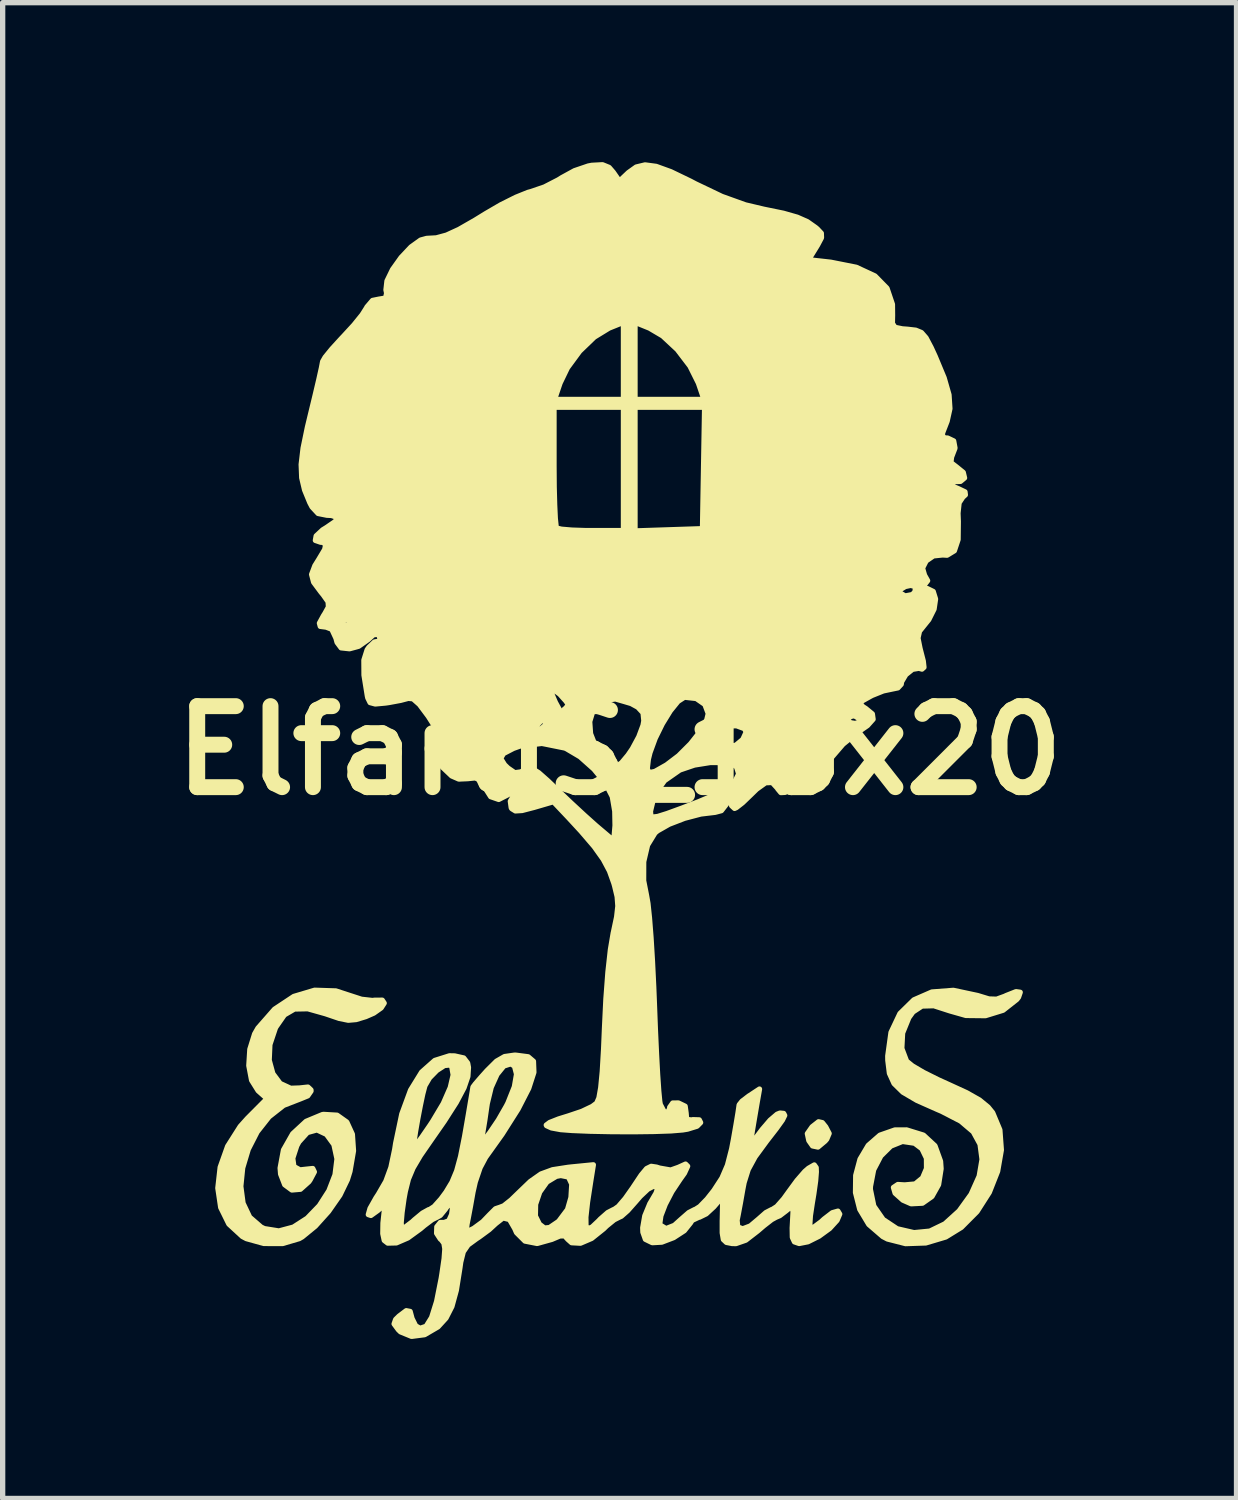
<source format=kicad_pcb>
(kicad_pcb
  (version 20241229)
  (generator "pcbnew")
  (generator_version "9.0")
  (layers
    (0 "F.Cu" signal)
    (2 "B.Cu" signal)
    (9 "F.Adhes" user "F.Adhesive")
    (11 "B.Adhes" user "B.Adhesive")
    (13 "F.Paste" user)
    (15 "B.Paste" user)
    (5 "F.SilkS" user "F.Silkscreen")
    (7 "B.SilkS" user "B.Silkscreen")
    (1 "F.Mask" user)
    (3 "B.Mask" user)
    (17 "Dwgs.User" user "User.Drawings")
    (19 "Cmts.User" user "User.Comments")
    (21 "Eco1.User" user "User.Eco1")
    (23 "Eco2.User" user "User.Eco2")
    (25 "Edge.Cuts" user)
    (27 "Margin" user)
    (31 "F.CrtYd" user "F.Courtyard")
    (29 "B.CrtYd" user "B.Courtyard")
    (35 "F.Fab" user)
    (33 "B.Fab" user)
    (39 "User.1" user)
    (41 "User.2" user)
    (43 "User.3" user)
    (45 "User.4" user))
  (footprint "ElfartiS_15x20"
    (layer "F.Cu")
    (at 8.607 11.07)
    (property "Reference" "ElfartiS_15x20" (at 0 0 0) (layer "F.SilkS") (effects (font (size 1.524 1.524) (thickness 0.3))))
    (attr through_hole)
    (fp_poly (pts (xy 3.942 7.205) (xy 3.897 7.312) (xy 3.866 7.348) (xy 3.732 7.46) (xy 3.631 7.439) (xy 3.561 7.339) (xy 3.533 7.208) (xy 3.622 7.081) (xy 3.632 7.073) (xy 3.743 6.986) (xy 3.814 7.002) (xy 3.878 7.082) (xy 3.942 7.205)) (stroke (width 0.1) (type solid)) (fill yes) (layer "F.SilkS"))
    (fp_poly (pts (xy 7.537 4.549) (xy 7.505 4.642) (xy 7.472 4.684) (xy 7.215 4.886) (xy 6.884 4.988) (xy 6.515 4.984) (xy 6.216 4.899) (xy 5.912 4.801) (xy 5.689 4.807) (xy 5.519 4.919) (xy 5.442 5.026) (xy 5.324 5.316) (xy 5.309 5.605) (xy 5.399 5.844) (xy 5.401 5.846) (xy 5.509 5.934) (xy 5.718 6.057) (xy 5.993 6.194) (xy 6.178 6.278) (xy 6.529 6.439) (xy 6.771 6.576) (xy 6.933 6.709) (xy 7.019 6.815) (xy 7.154 7.138) (xy 7.182 7.516) (xy 7.112 7.917) (xy 6.956 8.313) (xy 6.725 8.674) (xy 6.43 8.971) (xy 6.136 9.152) (xy 5.761 9.264) (xy 5.38 9.277) (xy 5.04 9.19) (xy 4.952 9.144) (xy 4.689 8.917) (xy 4.519 8.633) (xy 4.439 8.317) (xy 4.443 7.994) (xy 4.524 7.69) (xy 4.678 7.43) (xy 4.898 7.238) (xy 5.179 7.14) (xy 5.4 7.139) (xy 5.717 7.237) (xy 5.933 7.437) (xy 6.038 7.728) (xy 6.048 7.869) (xy 6.001 8.168) (xy 5.877 8.39) (xy 5.698 8.516) (xy 5.485 8.527) (xy 5.33 8.459) (xy 5.184 8.328) (xy 5.153 8.221) (xy 5.235 8.166) (xy 5.364 8.174) (xy 5.561 8.156) (xy 5.701 8.041) (xy 5.775 7.865) (xy 5.774 7.67) (xy 5.688 7.492) (xy 5.55 7.388) (xy 5.322 7.354) (xy 5.103 7.442) (xy 4.915 7.628) (xy 4.779 7.889) (xy 4.719 8.202) (xy 4.717 8.254) (xy 4.782 8.57) (xy 4.958 8.824) (xy 5.22 8.998) (xy 5.539 9.072) (xy 5.837 9.043) (xy 6.12 8.906) (xy 6.388 8.663) (xy 6.613 8.351) (xy 6.766 8.009) (xy 6.82 7.693) (xy 6.782 7.407) (xy 6.654 7.173) (xy 6.418 6.973) (xy 6.058 6.787) (xy 5.976 6.752) (xy 5.593 6.582) (xy 5.329 6.427) (xy 5.164 6.265) (xy 5.077 6.073) (xy 5.047 5.829) (xy 5.046 5.747) (xy 5.107 5.304) (xy 5.275 4.949) (xy 5.537 4.692) (xy 5.876 4.544) (xy 6.28 4.513) (xy 6.734 4.61) (xy 6.738 4.611) (xy 6.948 4.675) (xy 7.093 4.68) (xy 7.242 4.626) (xy 7.276 4.61) (xy 7.458 4.538) (xy 7.537 4.549)) (stroke (width 0.1) (type solid)) (fill yes) (layer "F.SilkS"))
    (fp_poly (pts (xy -4.429 4.753) (xy -4.486 4.842) (xy -4.625 4.94) (xy -4.776 5.006) (xy -4.957 5.061) (xy -5.104 5.074) (xy -5.274 5.04) (xy -5.521 4.956) (xy -5.529 4.953) (xy -5.866 4.858) (xy -6.117 4.863) (xy -6.307 4.974) (xy -6.464 5.2) (xy -6.477 5.225) (xy -6.58 5.533) (xy -6.593 5.826) (xy -6.524 6.079) (xy -6.386 6.265) (xy -6.189 6.356) (xy -6.021 6.35) (xy -5.863 6.333) (xy -5.807 6.386) (xy -5.806 6.408) (xy -5.868 6.497) (xy -6.005 6.553) (xy -6.322 6.676) (xy -6.595 6.891) (xy -6.819 7.175) (xy -6.987 7.504) (xy -7.092 7.854) (xy -7.127 8.199) (xy -7.085 8.516) (xy -6.96 8.78) (xy -6.744 8.967) (xy -6.684 8.996) (xy -6.41 9.04) (xy -6.136 8.967) (xy -5.877 8.8) (xy -5.649 8.564) (xy -5.469 8.283) (xy -5.353 7.982) (xy -5.316 7.684) (xy -5.374 7.414) (xy -5.514 7.222) (xy -5.693 7.137) (xy -5.874 7.187) (xy -6.034 7.364) (xy -6.074 7.438) (xy -6.15 7.672) (xy -6.128 7.828) (xy -6.013 7.891) (xy -5.914 7.88) (xy -5.773 7.865) (xy -5.743 7.928) (xy -5.822 8.077) (xy -5.846 8.112) (xy -6.005 8.254) (xy -6.166 8.268) (xy -6.3 8.169) (xy -6.377 7.969) (xy -6.386 7.856) (xy -6.323 7.516) (xy -6.15 7.211) (xy -5.898 6.978) (xy -5.593 6.851) (xy -5.57 6.847) (xy -5.315 6.862) (xy -5.133 6.991) (xy -5.028 7.22) (xy -5.007 7.533) (xy -5.073 7.917) (xy -5.122 8.075) (xy -5.262 8.365) (xy -5.476 8.672) (xy -5.725 8.949) (xy -5.971 9.15) (xy -6.028 9.183) (xy -6.34 9.275) (xy -6.694 9.274) (xy -7.021 9.183) (xy -7.098 9.142) (xy -7.351 8.909) (xy -7.504 8.598) (xy -7.558 8.233) (xy -7.514 7.841) (xy -7.374 7.446) (xy -7.138 7.074) (xy -7.002 6.922) (xy -6.632 6.55) (xy -6.8 6.401) (xy -6.923 6.204) (xy -6.975 5.929) (xy -6.956 5.622) (xy -6.866 5.333) (xy -6.804 5.224) (xy -6.492 4.868) (xy -6.13 4.628) (xy -5.738 4.511) (xy -5.338 4.524) (xy -5.081 4.608) (xy -4.856 4.681) (xy -4.65 4.704) (xy -4.609 4.699) (xy -4.465 4.698) (xy -4.429 4.753)) (stroke (width 0.1) (type solid)) (fill yes) (layer "F.SilkS"))
    (fp_poly (pts (xy 4.141 8.722) (xy 4.091 8.839) (xy 3.952 8.992) (xy 3.751 9.138) (xy 3.543 9.242) (xy 3.38 9.274) (xy 3.377 9.274) (xy 3.29 9.244) (xy 3.251 9.16) (xy 3.248 8.985) (xy 3.253 8.892) (xy 3.264 8.682) (xy 3.252 8.592) (xy 3.205 8.6) (xy 3.138 8.656) (xy 3.013 8.751) (xy 2.942 8.781) (xy 2.86 8.826) (xy 2.711 8.942) (xy 2.598 9.039) (xy 2.374 9.212) (xy 2.19 9.276) (xy 2.118 9.275) (xy 2.01 9.254) (xy 1.953 9.2) (xy 1.932 9.075) (xy 1.932 8.845) (xy 1.933 8.82) (xy 1.942 8.388) (xy 1.773 8.584) (xy 1.629 8.717) (xy 1.501 8.78) (xy 1.489 8.781) (xy 1.364 8.84) (xy 1.333 8.889) (xy 1.217 9.034) (xy 1.017 9.164) (xy 0.794 9.249) (xy 0.615 9.259) (xy 0.486 9.196) (xy 0.439 9.063) (xy 0.436 8.979) (xy 0.475 8.755) (xy 0.57 8.525) (xy 0.581 8.507) (xy 0.687 8.326) (xy 0.717 8.234) (xy 0.679 8.203) (xy 0.629 8.201) (xy 0.531 8.253) (xy 0.388 8.388) (xy 0.299 8.491) (xy 0.152 8.657) (xy 0.033 8.762) (xy -0.009 8.781) (xy -0.103 8.829) (xy -0.248 8.947) (xy -0.301 8.999) (xy -0.526 9.179) (xy -0.736 9.269) (xy -0.899 9.26) (xy -0.899 8.158) (xy -0.961 8.024) (xy -1.106 7.995) (xy -1.191 8.011) (xy -1.367 8.117) (xy -1.503 8.308) (xy -1.581 8.538) (xy -1.585 8.758) (xy -1.509 8.912) (xy -1.414 8.985) (xy -1.318 8.976) (xy -1.172 8.877) (xy -1.144 8.856) (xy -0.979 8.636) (xy -0.914 8.409) (xy -0.899 8.158) (xy -0.899 9.26) (xy -0.902 9.26) (xy -0.971 9.199) (xy -1.034 9.13) (xy -1.124 9.133) (xy -1.275 9.197) (xy -1.551 9.274) (xy -1.78 9.229) (xy -1.939 9.07) (xy -1.971 8.996) (xy -2.07 8.824) (xy -2.193 8.793) (xy -2.33 8.9) (xy -2.454 9.014) (xy -2.639 9.15) (xy -2.692 9.185) (xy -2.852 9.302) (xy -2.941 9.432) (xy -2.99 9.629) (xy -3.005 9.737) (xy -3.072 10.156) (xy -3.155 10.46) (xy -3.266 10.678) (xy -3.415 10.841) (xy -3.418 10.844) (xy -3.668 10.99) (xy -3.914 11.022) (xy -4.121 10.937) (xy -4.162 10.897) (xy -4.242 10.788) (xy -4.213 10.705) (xy -4.15 10.643) (xy -4.014 10.54) (xy -3.941 10.554) (xy -3.906 10.685) (xy -3.837 10.824) (xy -3.754 10.872) (xy -3.639 10.833) (xy -3.536 10.667) (xy -3.442 10.366) (xy -3.355 9.928) (xy -3.342 9.846) (xy -3.3 9.557) (xy -3.287 9.376) (xy -3.304 9.271) (xy -3.352 9.207) (xy -3.372 9.191) (xy -3.442 9.083) (xy -3.438 8.961) (xy -3.374 8.881) (xy -3.299 8.881) (xy -3.213 8.848) (xy -3.16 8.731) (xy -3.136 8.562) (xy -3.171 8.513) (xy -3.255 8.593) (xy -3.278 8.629) (xy -3.374 8.746) (xy -3.437 8.781) (xy -3.526 8.825) (xy -3.675 8.937) (xy -3.747 8.998) (xy -3.984 9.17) (xy -4.199 9.263) (xy -4.362 9.267) (xy -4.427 9.217) (xy -4.454 9.091) (xy -4.451 8.89) (xy -4.444 8.826) (xy -4.424 8.641) (xy -4.437 8.577) (xy -4.499 8.61) (xy -4.549 8.654) (xy -4.679 8.747) (xy -4.727 8.731) (xy -4.695 8.617) (xy -4.583 8.418) (xy -4.538 8.349) (xy -4.398 8.107) (xy -4.302 7.845) (xy -4.231 7.508) (xy -4.213 7.392) (xy -4.097 6.839) (xy -3.932 6.389) (xy -3.723 6.05) (xy -3.477 5.832) (xy -3.201 5.745) (xy -3.103 5.747) (xy -2.933 5.785) (xy -2.859 5.881) (xy -2.844 5.963) (xy -2.855 6.133) (xy -2.928 6.347) (xy -3.073 6.621) (xy -3.13 6.71) (xy -3.13 6.104) (xy -3.157 5.949) (xy -3.191 5.916) (xy -3.296 5.926) (xy -3.439 6.019) (xy -3.576 6.159) (xy -3.664 6.31) (xy -3.665 6.315) (xy -3.704 6.464) (xy -3.75 6.683) (xy -3.798 6.932) (xy -3.84 7.173) (xy -3.869 7.365) (xy -3.878 7.467) (xy -3.875 7.475) (xy -3.825 7.419) (xy -3.716 7.27) (xy -3.569 7.056) (xy -3.518 6.979) (xy -3.316 6.64) (xy -3.185 6.341) (xy -3.13 6.104) (xy -3.13 6.71) (xy -3.298 6.973) (xy -3.539 7.319) (xy -3.748 7.621) (xy -3.886 7.855) (xy -3.974 8.065) (xy -4.032 8.297) (xy -4.057 8.435) (xy -4.093 8.691) (xy -4.11 8.887) (xy -4.103 8.983) (xy -4.102 8.985) (xy -4.03 8.966) (xy -3.901 8.868) (xy -3.86 8.83) (xy -3.708 8.704) (xy -3.591 8.639) (xy -3.574 8.636) (xy -3.489 8.581) (xy -3.361 8.438) (xy -3.265 8.308) (xy -3.153 8.122) (xy -3.065 7.911) (xy -2.991 7.639) (xy -2.917 7.268) (xy -2.899 7.165) (xy -2.843 6.841) (xy -2.798 6.574) (xy -2.768 6.395) (xy -2.758 6.332) (xy -2.714 6.273) (xy -2.599 6.14) (xy -2.495 6.024) (xy -2.316 5.846) (xy -2.164 5.759) (xy -1.983 5.733) (xy -1.949 5.733) (xy -1.72 5.763) (xy -1.621 5.847) (xy -1.613 6.055) (xy -1.71 6.356) (xy -1.91 6.746) (xy -1.938 6.79) (xy -1.938 6.089) (xy -1.977 5.937) (xy -2.048 5.894) (xy -2.179 5.936) (xy -2.306 6.093) (xy -2.416 6.337) (xy -2.49 6.641) (xy -2.499 6.7) (xy -2.536 6.956) (xy -2.573 7.18) (xy -2.589 7.257) (xy -2.605 7.356) (xy -2.576 7.356) (xy -2.485 7.248) (xy -2.439 7.187) (xy -2.281 6.953) (xy -2.129 6.688) (xy -2.1 6.631) (xy -1.979 6.327) (xy -1.938 6.089) (xy -1.938 6.79) (xy -2.21 7.219) (xy -2.522 7.656) (xy -2.625 7.85) (xy -2.716 8.118) (xy -2.759 8.309) (xy -2.806 8.574) (xy -2.849 8.802) (xy -2.871 8.912) (xy -2.885 9.027) (xy -2.828 9.033) (xy -2.743 8.991) (xy -2.573 8.866) (xy -2.445 8.733) (xy -2.334 8.622) (xy -2.256 8.596) (xy -2.256 8.596) (xy -2.18 8.567) (xy -2.041 8.457) (xy -1.917 8.337) (xy -1.68 8.109) (xy -1.479 7.968) (xy -1.261 7.888) (xy -0.971 7.843) (xy -0.918 7.837) (xy -0.494 7.795) (xy -0.541 8.088) (xy -0.604 8.498) (xy -0.635 8.779) (xy -0.633 8.941) (xy -0.595 8.999) (xy -0.516 8.965) (xy -0.395 8.851) (xy -0.363 8.817) (xy -0.223 8.694) (xy -0.111 8.636) (xy -0.104 8.636) (xy -0.023 8.579) (xy 0.105 8.43) (xy 0.254 8.219) (xy 0.26 8.209) (xy 0.408 7.987) (xy 0.509 7.866) (xy 0.595 7.824) (xy 0.695 7.839) (xy 0.751 7.857) (xy 0.962 7.894) (xy 1.106 7.843) (xy 1.241 7.782) (xy 1.28 7.821) (xy 1.22 7.952) (xy 1.134 8.073) (xy 0.983 8.3) (xy 0.858 8.541) (xy 0.776 8.755) (xy 0.755 8.903) (xy 0.764 8.929) (xy 0.874 8.996) (xy 1.031 8.934) (xy 1.161 8.817) (xy 1.302 8.694) (xy 1.415 8.636) (xy 1.422 8.636) (xy 1.509 8.581) (xy 1.646 8.44) (xy 1.774 8.278) (xy 1.926 8.044) (xy 2.03 7.802) (xy 2.109 7.495) (xy 2.143 7.317) (xy 2.192 7.036) (xy 2.229 6.813) (xy 2.248 6.683) (xy 2.25 6.667) (xy 2.304 6.599) (xy 2.435 6.499) (xy 2.441 6.496) (xy 2.632 6.37) (xy 2.586 6.632) (xy 2.541 6.896) (xy 2.496 7.165) (xy 2.496 7.166) (xy 2.451 7.439) (xy 2.683 7.13) (xy 2.832 6.956) (xy 2.963 6.844) (xy 3.018 6.822) (xy 3.087 6.829) (xy 3.106 6.866) (xy 3.064 6.952) (xy 2.951 7.11) (xy 2.758 7.359) (xy 2.757 7.361) (xy 2.549 7.645) (xy 2.419 7.884) (xy 2.342 8.13) (xy 2.319 8.248) (xy 2.273 8.509) (xy 2.231 8.733) (xy 2.21 8.836) (xy 2.222 8.964) (xy 2.316 9) (xy 2.461 8.945) (xy 2.613 8.817) (xy 2.753 8.694) (xy 2.865 8.636) (xy 2.872 8.636) (xy 2.959 8.58) (xy 3.087 8.435) (xy 3.185 8.299) (xy 3.338 8.09) (xy 3.485 7.921) (xy 3.555 7.86) (xy 3.663 7.798) (xy 3.698 7.847) (xy 3.701 7.929) (xy 3.688 8.095) (xy 3.654 8.34) (xy 3.624 8.521) (xy 3.589 8.753) (xy 3.578 8.922) (xy 3.588 8.983) (xy 3.661 8.964) (xy 3.792 8.867) (xy 3.846 8.817) (xy 4.002 8.697) (xy 4.108 8.667) (xy 4.141 8.722)) (stroke (width 0.1) (type solid)) (fill yes) (layer "F.SilkS"))
    (fp_poly (pts (xy 6.505 -4.81) (xy 6.457 -4.766) (xy 6.387 -4.66) (xy 6.366 -4.465) (xy 6.372 -4.307) (xy 6.368 -3.968) (xy 6.298 -3.758) (xy 6.161 -3.675) (xy 6.078 -3.68) (xy 5.905 -3.662) (xy 5.767 -3.567) (xy 5.699 -3.432) (xy 5.737 -3.298) (xy 5.795 -3.195) (xy 5.739 -3.123) (xy 5.728 -3.116) (xy 5.678 -3.066) (xy 5.758 -3.05) (xy 5.783 -3.049) (xy 5.9 -2.992) (xy 5.944 -2.85) (xy 5.916 -2.66) (xy 5.817 -2.462) (xy 5.755 -2.385) (xy 5.642 -2.244) (xy 5.613 -2.115) (xy 5.651 -1.925) (xy 5.654 -1.913) (xy 5.713 -1.683) (xy 5.726 -1.565) (xy 5.689 -1.532) (xy 5.631 -1.548) (xy 5.573 -1.538) (xy 5.573 -3.08) (xy 5.479 -3.108) (xy 5.375 -3.086) (xy 5.272 -3.023) (xy 5.265 -2.97) (xy 5.373 -2.907) (xy 5.506 -2.933) (xy 5.555 -2.98) (xy 5.573 -3.08) (xy 5.573 -1.538) (xy 5.511 -1.528) (xy 5.384 -1.426) (xy 5.304 -1.291) (xy 5.298 -1.246) (xy 5.236 -1.179) (xy 5.134 -1.158) (xy 4.962 -1.122) (xy 4.753 -1.038) (xy 4.722 -1.022) (xy 4.565 -0.934) (xy 4.523 -0.878) (xy 4.582 -0.821) (xy 4.631 -0.79) (xy 4.755 -0.688) (xy 4.769 -0.588) (xy 4.664 -0.47) (xy 4.536 -0.381) (xy 4.536 -0.581) (xy 4.431 -0.647) (xy 4.386 -0.653) (xy 4.292 -0.613) (xy 4.282 -0.581) (xy 4.343 -0.522) (xy 4.431 -0.508) (xy 4.531 -0.536) (xy 4.536 -0.581) (xy 4.536 -0.381) (xy 4.463 -0.33) (xy 4.203 -0.119) (xy 3.97 0.152) (xy 3.919 0.228) (xy 3.784 0.421) (xy 3.661 0.549) (xy 3.599 0.581) (xy 3.469 0.614) (xy 3.289 0.696) (xy 3.268 0.708) (xy 3.114 0.787) (xy 3.034 0.791) (xy 2.976 0.721) (xy 2.969 0.708) (xy 2.871 0.601) (xy 2.747 0.606) (xy 2.578 0.727) (xy 2.467 0.835) (xy 2.382 0.917) (xy 2.382 -0.347) (xy 2.351 -0.411) (xy 2.207 -0.464) (xy 2.2 -0.466) (xy 2.051 -0.467) (xy 1.96 -0.365) (xy 1.914 -0.22) (xy 1.924 -0.144) (xy 2.037 -0.075) (xy 2.188 -0.099) (xy 2.314 -0.204) (xy 2.326 -0.224) (xy 2.382 -0.347) (xy 2.382 0.917) (xy 2.313 0.983) (xy 2.196 1.074) (xy 2.163 1.089) (xy 2.108 1.038) (xy 2.119 0.935) (xy 2.184 0.852) (xy 2.195 0.846) (xy 2.247 0.814) (xy 2.241 0.812) (xy 2.241 0.44) (xy 2.202 0.311) (xy 2.166 0.282) (xy 1.977 0.227) (xy 1.707 0.225) (xy 1.669 0.231) (xy 1.669 -0.694) (xy 1.605 -0.866) (xy 1.6 -0.87) (xy 1.6 -6.459) (xy 1.588 -6.459) (xy 1.588 -6.604) (xy 1.483 -6.913) (xy 1.324 -7.232) (xy 1.087 -7.543) (xy 0.811 -7.8) (xy 0.562 -7.947) (xy 0.29 -8.057) (xy 0.29 -7.331) (xy 0.29 -6.604) (xy 0.939 -6.604) (xy 1.588 -6.604) (xy 1.588 -6.459) (xy 0.945 -6.459) (xy 0.29 -6.459) (xy 0.29 -5.295) (xy 0.29 -4.131) (xy 0.925 -4.152) (xy 1.56 -4.173) (xy 1.58 -5.316) (xy 1.6 -6.459) (xy 1.6 -0.87) (xy 1.443 -0.979) (xy 1.225 -1.003) (xy 1.218 -1.002) (xy 1.099 -0.925) (xy 0.954 -0.746) (xy 0.804 -0.502) (xy 0.669 -0.227) (xy 0.571 0.041) (xy 0.541 0.163) (xy 0.52 0.343) (xy 0.554 0.418) (xy 0.664 0.395) (xy 0.871 0.278) (xy 0.882 0.272) (xy 1.111 0.098) (xy 1.334 -0.125) (xy 1.52 -0.361) (xy 1.64 -0.574) (xy 1.669 -0.694) (xy 1.669 0.231) (xy 1.408 0.273) (xy 1.134 0.366) (xy 1.13 0.368) (xy 0.845 0.567) (xy 0.654 0.837) (xy 0.581 1.141) (xy 0.581 1.152) (xy 0.587 1.222) (xy 0.623 1.253) (xy 0.716 1.242) (xy 0.892 1.187) (xy 1.177 1.083) (xy 1.179 1.082) (xy 1.482 0.966) (xy 1.757 0.85) (xy 1.958 0.756) (xy 1.995 0.735) (xy 2.168 0.592) (xy 2.241 0.44) (xy 2.241 0.812) (xy 2.193 0.804) (xy 2.102 0.86) (xy 2.032 0.98) (xy 1.915 1.131) (xy 1.798 1.162) (xy 1.529 1.194) (xy 1.221 1.275) (xy 0.931 1.387) (xy 0.713 1.511) (xy 0.666 1.551) (xy 0.526 1.78) (xy 0.457 2.075) (xy 0.457 -0.558) (xy 0.442 -0.709) (xy 0.344 -0.815) (xy 0.218 -0.884) (xy 0.073 -0.927) (xy 0.073 -4.137) (xy 0.073 -5.298) (xy 0.073 -6.459) (xy 0.073 -6.604) (xy 0.073 -7.331) (xy 0.073 -8.057) (xy -0.2 -7.947) (xy -0.476 -7.778) (xy -0.751 -7.513) (xy -0.982 -7.199) (xy -1.12 -6.913) (xy -1.225 -6.604) (xy -0.576 -6.604) (xy 0.073 -6.604) (xy 0.073 -6.459) (xy -0.581 -6.459) (xy -1.234 -6.459) (xy -1.234 -5.346) (xy -1.231 -4.958) (xy -1.222 -4.622) (xy -1.21 -4.366) (xy -1.194 -4.214) (xy -1.185 -4.185) (xy -1.095 -4.163) (xy -0.897 -4.146) (xy -0.628 -4.137) (xy -0.532 -4.137) (xy 0.073 -4.137) (xy 0.073 -0.927) (xy -0.08 -0.971) (xy -0.322 -0.935) (xy -0.489 -0.787) (xy -0.563 -0.543) (xy -0.547 -0.317) (xy -0.474 -0.131) (xy -0.344 0.063) (xy -0.193 0.218) (xy -0.058 0.289) (xy -0.045 0.29) (xy 0.037 0.233) (xy 0.158 0.088) (xy 0.24 -0.032) (xy 0.362 -0.259) (xy 0.442 -0.474) (xy 0.457 -0.558) (xy 0.457 2.075) (xy 0.453 2.095) (xy 0.452 2.449) (xy 0.506 2.724) (xy 0.533 2.877) (xy 0.562 3.152) (xy 0.591 3.522) (xy 0.618 3.964) (xy 0.642 4.454) (xy 0.654 4.753) (xy 0.673 5.25) (xy 0.694 5.706) (xy 0.715 6.097) (xy 0.736 6.403) (xy 0.755 6.6) (xy 0.765 6.658) (xy 0.833 6.788) (xy 0.904 6.816) (xy 0.943 6.733) (xy 0.943 6.713) (xy 1 6.633) (xy 1.107 6.632) (xy 1.233 6.693) (xy 1.251 6.821) (xy 1.261 6.94) (xy 1.352 6.952) (xy 1.378 6.946) (xy 1.499 6.95) (xy 1.524 7) (xy 1.457 7.068) (xy 1.278 7.123) (xy 1.187 7.138) (xy 0.968 7.156) (xy 0.644 7.167) (xy 0.255 7.172) (xy -0.159 7.17) (xy -0.557 7.162) (xy -0.899 7.148) (xy -1.107 7.132) (xy -1.282 7.1) (xy -1.374 7.058) (xy -1.379 7.047) (xy -1.315 6.999) (xy -1.148 6.933) (xy -0.955 6.873) (xy -0.709 6.79) (xy -0.514 6.697) (xy -0.43 6.634) (xy -0.388 6.536) (xy -0.354 6.342) (xy -0.325 6.04) (xy -0.3 5.616) (xy -0.284 5.234) (xy -0.257 4.677) (xy -0.219 4.17) (xy -0.172 3.745) (xy -0.119 3.432) (xy -0.116 3.421) (xy -0.055 3.132) (xy -0.032 2.927) (xy -0.045 2.75) (xy -0.085 2.582) (xy -0.085 1.411) (xy -0.09 1.143) (xy -0.135 0.878) (xy -0.14 0.862) (xy -0.267 0.613) (xy -0.483 0.35) (xy -0.743 0.118) (xy -0.871 0.042) (xy -0.871 -0.656) (xy -0.911 -0.779) (xy -1.007 -0.928) (xy -1.126 -1.061) (xy -1.232 -1.139) (xy -1.282 -1.137) (xy -1.273 -1.057) (xy -1.208 -0.906) (xy -1.113 -0.732) (xy -1.014 -0.584) (xy -0.939 -0.51) (xy -0.93 -0.508) (xy -0.882 -0.569) (xy -0.871 -0.656) (xy -0.871 0.042) (xy -1.005 -0.037) (xy -1.033 -0.048) (xy -1.395 -0.121) (xy -1.395 -0.494) (xy -1.402 -0.572) (xy -1.468 -0.568) (xy -1.541 -0.491) (xy -1.553 -0.466) (xy -1.555 -0.381) (xy -1.51 -0.379) (xy -1.407 -0.468) (xy -1.395 -0.494) (xy -1.395 -0.121) (xy -1.462 -0.134) (xy -1.878 -0.083) (xy -1.998 -0.04) (xy -2.185 0.057) (xy -2.238 0.15) (xy -2.164 0.269) (xy -2.101 0.33) (xy -1.972 0.419) (xy -1.857 0.403) (xy -1.801 0.371) (xy -1.721 0.335) (xy -1.636 0.346) (xy -1.522 0.418) (xy -1.353 0.567) (xy -1.17 0.742) (xy -0.914 0.986) (xy -0.658 1.223) (xy -0.447 1.412) (xy -0.399 1.453) (xy -0.109 1.698) (xy -0.085 1.411) (xy -0.085 2.582) (xy -0.094 2.545) (xy -0.108 2.496) (xy -0.19 2.267) (xy -0.307 2.047) (xy -0.478 1.807) (xy -0.725 1.519) (xy -0.963 1.261) (xy -1.245 0.963) (xy -1.611 1.07) (xy -1.834 1.128) (xy -1.96 1.136) (xy -2.027 1.095) (xy -2.038 1.079) (xy -2.055 0.954) (xy -2.029 0.911) (xy -1.957 0.802) (xy -1.992 0.766) (xy -2.102 0.832) (xy -2.274 0.92) (xy -2.425 0.868) (xy -2.543 0.682) (xy -2.613 0.552) (xy -2.722 0.515) (xy -2.857 0.529) (xy -2.975 0.534) (xy -2.975 0.181) (xy -3.012 0.145) (xy -3.048 0.181) (xy -3.012 0.218) (xy -2.975 0.181) (xy -2.975 0.534) (xy -3.024 0.537) (xy -3.159 0.478) (xy -3.317 0.328) (xy -3.327 0.318) (xy -3.495 0.112) (xy -3.549 -0.015) (xy -3.49 -0.069) (xy -3.447 -0.073) (xy -3.358 -0.105) (xy -3.356 -0.211) (xy -3.447 -0.403) (xy -3.598 -0.642) (xy -3.765 -0.866) (xy -3.887 -0.974) (xy -3.976 -0.982) (xy -4.12 -0.944) (xy -4.335 -0.904) (xy -4.402 -0.894) (xy -4.597 -0.876) (xy -4.694 -0.902) (xy -4.737 -0.99) (xy -4.745 -1.025) (xy -4.808 -1.418) (xy -4.81 -1.701) (xy -4.749 -1.895) (xy -4.717 -1.941) (xy -4.612 -2.041) (xy -4.545 -2.053) (xy -4.502 -2.06) (xy -4.499 -2.08) (xy -4.536 -2.19) (xy -4.632 -2.177) (xy -4.733 -2.086) (xy -4.909 -1.962) (xy -4.962 -1.947) (xy -4.962 -2.519) (xy -4.963 -2.519) (xy -5.046 -2.517) (xy -5.171 -2.454) (xy -5.273 -2.368) (xy -5.298 -2.318) (xy -5.247 -2.302) (xy -5.123 -2.361) (xy -5.114 -2.367) (xy -4.995 -2.46) (xy -4.962 -2.519) (xy -4.962 -1.947) (xy -5.081 -1.915) (xy -5.239 -1.932) (xy -5.315 -2.034) (xy -5.336 -2.113) (xy -5.414 -2.281) (xy -5.521 -2.322) (xy -5.631 -2.336) (xy -5.647 -2.396) (xy -5.572 -2.534) (xy -5.544 -2.578) (xy -5.477 -2.7) (xy -5.483 -2.798) (xy -5.575 -2.929) (xy -5.617 -2.98) (xy -5.756 -3.167) (xy -5.794 -3.313) (xy -5.733 -3.476) (xy -5.661 -3.592) (xy -5.548 -3.781) (xy -5.526 -3.882) (xy -5.593 -3.918) (xy -5.624 -3.919) (xy -5.723 -3.953) (xy -5.708 -4.037) (xy -5.587 -4.15) (xy -5.516 -4.194) (xy -5.345 -4.311) (xy -5.313 -4.387) (xy -5.421 -4.423) (xy -5.507 -4.427) (xy -5.672 -4.46) (xy -5.786 -4.583) (xy -5.828 -4.663) (xy -5.926 -4.902) (xy -5.98 -5.131) (xy -5.99 -5.382) (xy -5.954 -5.688) (xy -5.873 -6.081) (xy -5.812 -6.335) (xy -5.728 -6.682) (xy -5.658 -6.979) (xy -5.609 -7.199) (xy -5.588 -7.31) (xy -5.588 -7.315) (xy -5.54 -7.399) (xy -5.414 -7.554) (xy -5.235 -7.75) (xy -5.195 -7.792) (xy -4.999 -8.005) (xy -4.844 -8.197) (xy -4.759 -8.331) (xy -4.754 -8.343) (xy -4.648 -8.467) (xy -4.529 -8.491) (xy -4.402 -8.512) (xy -4.382 -8.605) (xy -4.395 -8.665) (xy -4.376 -8.834) (xy -4.271 -9.05) (xy -4.11 -9.276) (xy -3.924 -9.473) (xy -3.743 -9.603) (xy -3.629 -9.634) (xy -3.448 -9.644) (xy -3.256 -9.696) (xy -3.023 -9.803) (xy -2.718 -9.978) (xy -2.525 -10.097) (xy -2.235 -10.266) (xy -1.951 -10.408) (xy -1.723 -10.5) (xy -1.667 -10.515) (xy -1.413 -10.602) (xy -1.151 -10.737) (xy -1.089 -10.776) (xy -0.848 -10.908) (xy -0.59 -10.996) (xy -0.523 -11.009) (xy -0.321 -11.02) (xy -0.198 -10.97) (xy -0.12 -10.88) (xy -0.003 -10.712) (xy 0.166 -10.872) (xy 0.313 -10.977) (xy 0.479 -11.017) (xy 0.688 -10.989) (xy 0.964 -10.889) (xy 1.331 -10.712) (xy 1.428 -10.661) (xy 1.924 -10.424) (xy 2.366 -10.265) (xy 2.717 -10.182) (xy 3.083 -10.107) (xy 3.342 -10.033) (xy 3.532 -9.949) (xy 3.688 -9.839) (xy 3.719 -9.813) (xy 3.795 -9.732) (xy 3.798 -9.647) (xy 3.723 -9.506) (xy 3.7 -9.468) (xy 3.555 -9.233) (xy 3.973 -9.186) (xy 4.452 -9.091) (xy 4.804 -8.928) (xy 5.031 -8.696) (xy 5.133 -8.394) (xy 5.135 -8.188) (xy 5.132 -8.034) (xy 5.181 -7.961) (xy 5.321 -7.932) (xy 5.416 -7.925) (xy 5.572 -7.907) (xy 5.679 -7.863) (xy 5.765 -7.764) (xy 5.863 -7.578) (xy 5.937 -7.417) (xy 6.106 -7.011) (xy 6.197 -6.693) (xy 6.214 -6.431) (xy 6.162 -6.196) (xy 6.142 -6.144) (xy 6.076 -5.974) (xy 6.074 -5.898) (xy 6.139 -5.879) (xy 6.172 -5.878) (xy 6.285 -5.824) (xy 6.31 -5.689) (xy 6.245 -5.52) (xy 6.232 -5.417) (xy 6.337 -5.336) (xy 6.465 -5.232) (xy 6.49 -5.128) (xy 6.413 -5.064) (xy 6.332 -5.061) (xy 6.194 -5.06) (xy 6.19 -5.019) (xy 6.316 -4.949) (xy 6.368 -4.928) (xy 6.498 -4.866) (xy 6.505 -4.81)) (stroke (width 0.1) (type solid)) (fill yes) (layer "F.SilkS")))
  (gr_rect
    (start -3 -3)
    (end 20.214 25.142)
    (stroke (width 0.1) (type default))
    (fill no)
    (layer "Edge.Cuts")))
</source>
